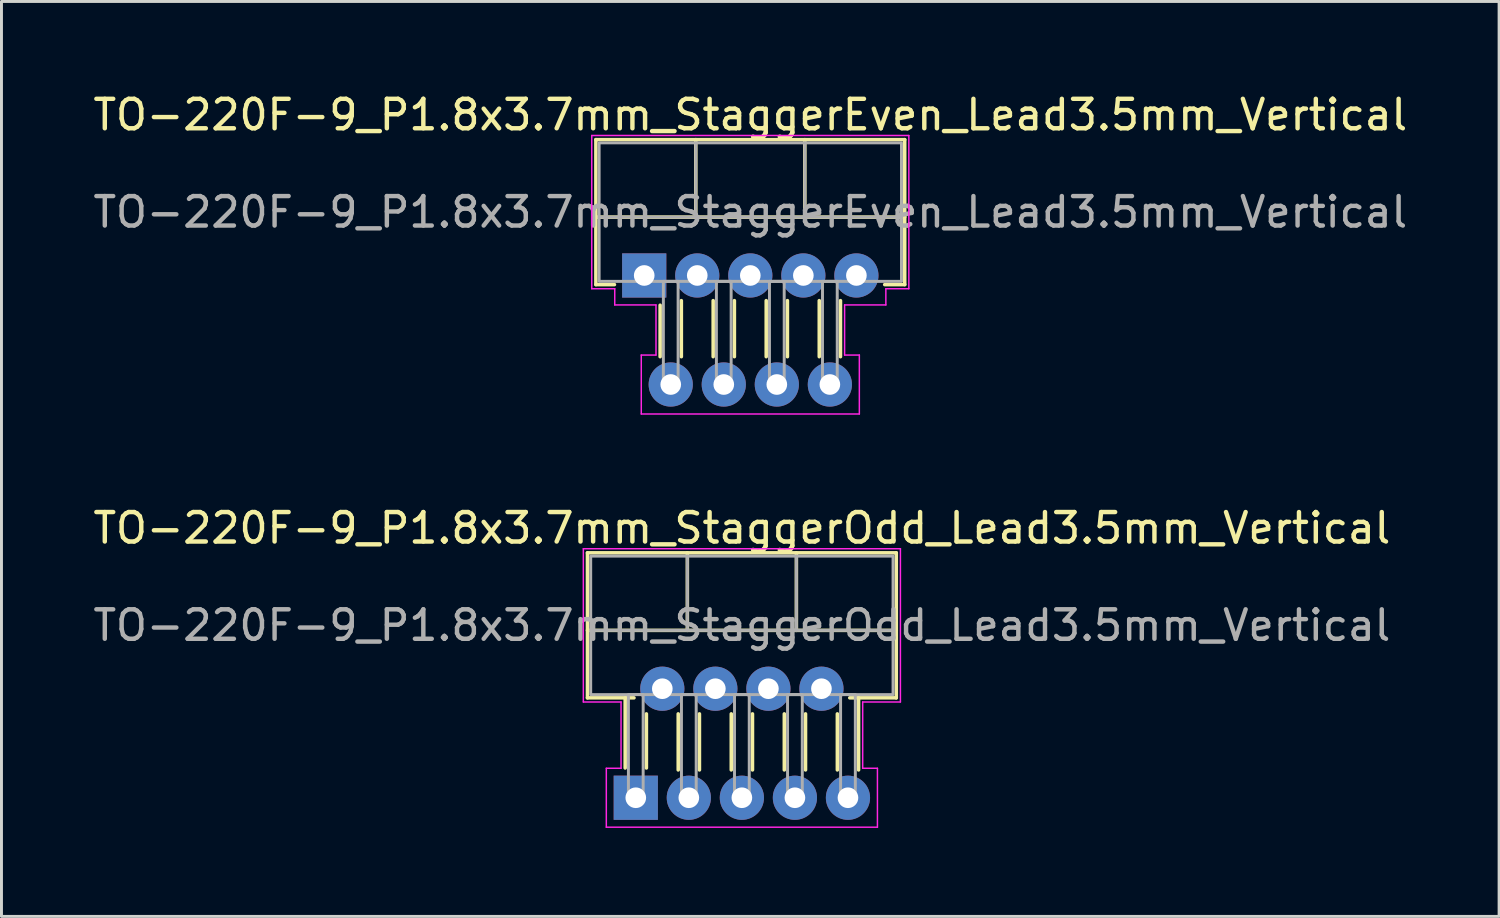
<source format=kicad_pcb>
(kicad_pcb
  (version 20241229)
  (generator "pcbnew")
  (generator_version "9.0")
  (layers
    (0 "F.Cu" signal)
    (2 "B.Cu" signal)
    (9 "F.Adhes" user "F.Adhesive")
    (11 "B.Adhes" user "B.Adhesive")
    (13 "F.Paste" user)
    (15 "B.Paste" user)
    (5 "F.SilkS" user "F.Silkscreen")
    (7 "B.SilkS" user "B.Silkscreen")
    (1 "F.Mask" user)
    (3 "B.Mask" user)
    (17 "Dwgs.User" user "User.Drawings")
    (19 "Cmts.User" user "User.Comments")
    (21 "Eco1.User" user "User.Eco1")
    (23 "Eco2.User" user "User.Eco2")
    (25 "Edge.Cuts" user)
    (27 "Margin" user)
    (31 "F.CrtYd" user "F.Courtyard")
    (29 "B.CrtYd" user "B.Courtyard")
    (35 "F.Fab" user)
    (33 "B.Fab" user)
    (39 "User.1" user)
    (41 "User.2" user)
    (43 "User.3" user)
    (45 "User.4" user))
  (footprint "TO-220F-9_P1.8x3.7mm_StaggerEven_Lead3.5mm_Vertical"
    (layer "F.Cu")
    (at 18.811 6.298)
    (property "Reference" "TO-220F-9_P1.8x3.7mm_StaggerEven_Lead3.5mm_Vertical" (at 3.6 -5.45 0) (layer "F.SilkS") (effects (font (size 1 1) (thickness 0.15))))
    (attr through_hole)
    (fp_line (start -1.64 -4.61) (end -1.64 0.31) (stroke (width 0.12) (type solid)) (layer "F.SilkS"))
    (fp_line (start -1.64 -4.61) (end 8.84 -4.61) (stroke (width 0.12) (type solid)) (layer "F.SilkS"))
    (fp_line (start -1.64 -1.98) (end 8.84 -1.98) (stroke (width 0.12) (type solid)) (layer "F.SilkS"))
    (fp_line (start -1.64 0.31) (end -1.01 0.31) (stroke (width 0.12) (type solid)) (layer "F.SilkS"))
    (fp_line (start 0.54 1.01) (end 0.54 2.756) (stroke (width 0.12) (type solid)) (layer "F.SilkS"))
    (fp_line (start 1.26 0.854) (end 1.26 2.756) (stroke (width 0.12) (type solid)) (layer "F.SilkS"))
    (fp_line (start 1.75 -4.61) (end 1.75 -1.98) (stroke (width 0.12) (type solid)) (layer "F.SilkS"))
    (fp_line (start 2.34 0.854) (end 2.34 2.756) (stroke (width 0.12) (type solid)) (layer "F.SilkS"))
    (fp_line (start 3.06 0.854) (end 3.06 2.756) (stroke (width 0.12) (type solid)) (layer "F.SilkS"))
    (fp_line (start 4.14 0.854) (end 4.14 2.756) (stroke (width 0.12) (type solid)) (layer "F.SilkS"))
    (fp_line (start 4.86 0.854) (end 4.86 2.756) (stroke (width 0.12) (type solid)) (layer "F.SilkS"))
    (fp_line (start 5.45 -4.61) (end 5.45 -1.98) (stroke (width 0.12) (type solid)) (layer "F.SilkS"))
    (fp_line (start 5.94 0.854) (end 5.94 2.756) (stroke (width 0.12) (type solid)) (layer "F.SilkS"))
    (fp_line (start 6.66 0.854) (end 6.66 2.756) (stroke (width 0.12) (type solid)) (layer "F.SilkS"))
    (fp_line (start 8.161 0.31) (end 8.84 0.31) (stroke (width 0.12) (type solid)) (layer "F.SilkS"))
    (fp_line (start 8.84 -4.61) (end 8.84 0.31) (stroke (width 0.12) (type solid)) (layer "F.SilkS"))
    (fp_line (start -1.78 -4.75) (end 8.98 -4.75) (stroke (width 0.05) (type solid)) (layer "F.CrtYd"))
    (fp_line (start -1.78 0.45) (end -1.78 -4.75) (stroke (width 0.05) (type solid)) (layer "F.CrtYd"))
    (fp_line (start -1 0.45) (end -1.78 0.45) (stroke (width 0.05) (type solid)) (layer "F.CrtYd"))
    (fp_line (start -1 1) (end -1 0.45) (stroke (width 0.05) (type solid)) (layer "F.CrtYd"))
    (fp_line (start -0.1 2.7) (end 0.4 2.7) (stroke (width 0.05) (type solid)) (layer "F.CrtYd"))
    (fp_line (start -0.1 4.7) (end -0.1 2.7) (stroke (width 0.05) (type solid)) (layer "F.CrtYd"))
    (fp_line (start 0.4 1) (end -1 1) (stroke (width 0.05) (type solid)) (layer "F.CrtYd"))
    (fp_line (start 0.4 2.7) (end 0.4 1) (stroke (width 0.05) (type solid)) (layer "F.CrtYd"))
    (fp_line (start 6.8 1) (end 6.8 2.7) (stroke (width 0.05) (type solid)) (layer "F.CrtYd"))
    (fp_line (start 6.8 2.7) (end 7.3 2.7) (stroke (width 0.05) (type solid)) (layer "F.CrtYd"))
    (fp_line (start 7.3 2.7) (end 7.3 4.7) (stroke (width 0.05) (type solid)) (layer "F.CrtYd"))
    (fp_line (start 7.3 4.7) (end -0.1 4.7) (stroke (width 0.05) (type solid)) (layer "F.CrtYd"))
    (fp_line (start 8.2 0.45) (end 8.2 1) (stroke (width 0.05) (type solid)) (layer "F.CrtYd"))
    (fp_line (start 8.2 1) (end 6.8 1) (stroke (width 0.05) (type solid)) (layer "F.CrtYd"))
    (fp_line (start 8.98 -4.75) (end 8.98 0.45) (stroke (width 0.05) (type solid)) (layer "F.CrtYd"))
    (fp_line (start 8.98 0.45) (end 8.2 0.45) (stroke (width 0.05) (type solid)) (layer "F.CrtYd"))
    (fp_line (start -1.53 -1.98) (end 8.73 -1.98) (stroke (width 0.1) (type solid)) (layer "F.Fab"))
    (fp_line (start 1.75 -4.5) (end 1.75 -1.98) (stroke (width 0.1) (type solid)) (layer "F.Fab"))
    (fp_line (start 5.45 -4.5) (end 5.45 -1.98) (stroke (width 0.1) (type solid)) (layer "F.Fab"))
    (fp_rect (start -1.53 -4.5) (end 8.73 0.2) (stroke (width 0.1) (type solid)) (fill no) (layer "F.Fab"))
    (fp_rect (start 0.65 0.2) (end 1.15 3.7) (stroke (width 0.1) (type solid)) (fill no) (layer "F.Fab"))
    (fp_rect (start 2.45 0.2) (end 2.95 3.7) (stroke (width 0.1) (type solid)) (fill no) (layer "F.Fab"))
    (fp_rect (start 4.25 0.2) (end 4.75 3.7) (stroke (width 0.1) (type solid)) (fill no) (layer "F.Fab"))
    (fp_rect (start 6.05 0.2) (end 6.55 3.7) (stroke (width 0.1) (type solid)) (fill no) (layer "F.Fab"))
    (fp_text user "${REFERENCE}" (at 3.6 -2.15 0) (layer "F.Fab") (effects (font (size 1 1) (thickness 0.15))))
    (pad "1" thru_hole rect (at 0 0) (size 1.5 1.5) (drill 0.7) (layers "*.Cu" "*.Mask"))
    (pad "2" thru_hole circle (at 0.9 3.7) (size 1.5 1.5) (drill 0.7) (layers "*.Cu" "*.Mask"))
    (pad "3" thru_hole circle (at 1.8 0) (size 1.5 1.5) (drill 0.7) (layers "*.Cu" "*.Mask"))
    (pad "4" thru_hole circle (at 2.7 3.7) (size 1.5 1.5) (drill 0.7) (layers "*.Cu" "*.Mask"))
    (pad "5" thru_hole circle (at 3.6 0) (size 1.5 1.5) (drill 0.7) (layers "*.Cu" "*.Mask"))
    (pad "6" thru_hole circle (at 4.5 3.7) (size 1.5 1.5) (drill 0.7) (layers "*.Cu" "*.Mask"))
    (pad "7" thru_hole circle (at 5.4 0) (size 1.5 1.5) (drill 0.7) (layers "*.Cu" "*.Mask"))
    (pad "8" thru_hole circle (at 6.3 3.7) (size 1.5 1.5) (drill 0.7) (layers "*.Cu" "*.Mask"))
    (pad "9" thru_hole circle (at 7.2 0) (size 1.5 1.5) (drill 0.7) (layers "*.Cu" "*.Mask")))
  (footprint "TO-220F-9_P1.8x3.7mm_StaggerOdd_Lead3.5mm_Vertical"
    (layer "F.Cu")
    (at 18.525 24.021)
    (property "Reference" "TO-220F-9_P1.8x3.7mm_StaggerOdd_Lead3.5mm_Vertical" (at 3.6 -9.15 0) (layer "F.SilkS") (effects (font (size 1 1) (thickness 0.15))))
    (attr through_hole)
    (fp_line (start -1.64 -8.31) (end -1.64 -3.39) (stroke (width 0.12) (type solid)) (layer "F.SilkS"))
    (fp_line (start -1.64 -8.31) (end 8.84 -8.31) (stroke (width 0.12) (type solid)) (layer "F.SilkS"))
    (fp_line (start -1.64 -5.68) (end 8.84 -5.68) (stroke (width 0.12) (type solid)) (layer "F.SilkS"))
    (fp_line (start -1.64 -3.39) (end -0.061 -3.39) (stroke (width 0.12) (type solid)) (layer "F.SilkS"))
    (fp_line (start -0.36 -3.39) (end -0.36 -1.01) (stroke (width 0.12) (type solid)) (layer "F.SilkS"))
    (fp_line (start 0.36 -2.846) (end 0.36 -1.01) (stroke (width 0.12) (type solid)) (layer "F.SilkS"))
    (fp_line (start 1.44 -2.846) (end 1.44 -0.944) (stroke (width 0.12) (type solid)) (layer "F.SilkS"))
    (fp_line (start 1.75 -8.31) (end 1.75 -5.68) (stroke (width 0.12) (type solid)) (layer "F.SilkS"))
    (fp_line (start 2.16 -2.846) (end 2.16 -0.944) (stroke (width 0.12) (type solid)) (layer "F.SilkS"))
    (fp_line (start 3.24 -2.846) (end 3.24 -0.944) (stroke (width 0.12) (type solid)) (layer "F.SilkS"))
    (fp_line (start 3.96 -2.846) (end 3.96 -0.944) (stroke (width 0.12) (type solid)) (layer "F.SilkS"))
    (fp_line (start 5.04 -2.846) (end 5.04 -0.944) (stroke (width 0.12) (type solid)) (layer "F.SilkS"))
    (fp_line (start 5.45 -8.31) (end 5.45 -5.68) (stroke (width 0.12) (type solid)) (layer "F.SilkS"))
    (fp_line (start 5.76 -2.846) (end 5.76 -0.944) (stroke (width 0.12) (type solid)) (layer "F.SilkS"))
    (fp_line (start 6.84 -2.846) (end 6.84 -0.944) (stroke (width 0.12) (type solid)) (layer "F.SilkS"))
    (fp_line (start 7.261 -3.39) (end 8.84 -3.39) (stroke (width 0.12) (type solid)) (layer "F.SilkS"))
    (fp_line (start 7.56 -3.39) (end 7.56 -0.944) (stroke (width 0.12) (type solid)) (layer "F.SilkS"))
    (fp_line (start 8.84 -8.31) (end 8.84 -3.39) (stroke (width 0.12) (type solid)) (layer "F.SilkS"))
    (fp_line (start -1.78 -8.45) (end 8.98 -8.45) (stroke (width 0.05) (type solid)) (layer "F.CrtYd"))
    (fp_line (start -1.78 -3.25) (end -1.78 -8.45) (stroke (width 0.05) (type solid)) (layer "F.CrtYd"))
    (fp_line (start -1 -1) (end -0.5 -1) (stroke (width 0.05) (type solid)) (layer "F.CrtYd"))
    (fp_line (start -1 1) (end -1 -1) (stroke (width 0.05) (type solid)) (layer "F.CrtYd"))
    (fp_line (start -0.5 -3.25) (end -1.78 -3.25) (stroke (width 0.05) (type solid)) (layer "F.CrtYd"))
    (fp_line (start -0.5 -1) (end -0.5 -3.25) (stroke (width 0.05) (type solid)) (layer "F.CrtYd"))
    (fp_line (start 7.7 -3.25) (end 7.7 -1) (stroke (width 0.05) (type solid)) (layer "F.CrtYd"))
    (fp_line (start 7.7 -1) (end 8.2 -1) (stroke (width 0.05) (type solid)) (layer "F.CrtYd"))
    (fp_line (start 8.2 -1) (end 8.2 1) (stroke (width 0.05) (type solid)) (layer "F.CrtYd"))
    (fp_line (start 8.2 1) (end -1 1) (stroke (width 0.05) (type solid)) (layer "F.CrtYd"))
    (fp_line (start 8.98 -8.45) (end 8.98 -3.25) (stroke (width 0.05) (type solid)) (layer "F.CrtYd"))
    (fp_line (start 8.98 -3.25) (end 7.7 -3.25) (stroke (width 0.05) (type solid)) (layer "F.CrtYd"))
    (fp_line (start -1.53 -5.68) (end 8.73 -5.68) (stroke (width 0.1) (type solid)) (layer "F.Fab"))
    (fp_line (start 1.75 -8.2) (end 1.75 -5.68) (stroke (width 0.1) (type solid)) (layer "F.Fab"))
    (fp_line (start 5.45 -8.2) (end 5.45 -5.68) (stroke (width 0.1) (type solid)) (layer "F.Fab"))
    (fp_rect (start -1.53 -8.2) (end 8.73 -3.5) (stroke (width 0.1) (type solid)) (fill no) (layer "F.Fab"))
    (fp_rect (start -0.25 -3.5) (end 0.25 0) (stroke (width 0.1) (type solid)) (fill no) (layer "F.Fab"))
    (fp_rect (start 1.55 -3.5) (end 2.05 0) (stroke (width 0.1) (type solid)) (fill no) (layer "F.Fab"))
    (fp_rect (start 3.35 -3.5) (end 3.85 0) (stroke (width 0.1) (type solid)) (fill no) (layer "F.Fab"))
    (fp_rect (start 5.15 -3.5) (end 5.65 0) (stroke (width 0.1) (type solid)) (fill no) (layer "F.Fab"))
    (fp_rect (start 6.95 -3.5) (end 7.45 0) (stroke (width 0.1) (type solid)) (fill no) (layer "F.Fab"))
    (fp_text user "${REFERENCE}" (at 3.6 -5.85 0) (layer "F.Fab") (effects (font (size 1 1) (thickness 0.15))))
    (pad "1" thru_hole rect (at 0 0) (size 1.5 1.5) (drill 0.7) (layers "*.Cu" "*.Mask"))
    (pad "2" thru_hole circle (at 0.9 -3.7) (size 1.5 1.5) (drill 0.7) (layers "*.Cu" "*.Mask"))
    (pad "3" thru_hole circle (at 1.8 0) (size 1.5 1.5) (drill 0.7) (layers "*.Cu" "*.Mask"))
    (pad "4" thru_hole circle (at 2.7 -3.7) (size 1.5 1.5) (drill 0.7) (layers "*.Cu" "*.Mask"))
    (pad "5" thru_hole circle (at 3.6 0) (size 1.5 1.5) (drill 0.7) (layers "*.Cu" "*.Mask"))
    (pad "6" thru_hole circle (at 4.5 -3.7) (size 1.5 1.5) (drill 0.7) (layers "*.Cu" "*.Mask"))
    (pad "7" thru_hole circle (at 5.4 0) (size 1.5 1.5) (drill 0.7) (layers "*.Cu" "*.Mask"))
    (pad "8" thru_hole circle (at 6.3 -3.7) (size 1.5 1.5) (drill 0.7) (layers "*.Cu" "*.Mask"))
    (pad "9" thru_hole circle (at 7.2 0) (size 1.5 1.5) (drill 0.7) (layers "*.Cu" "*.Mask")))
  (gr_rect
    (start -3 -3)
    (end 47.821 28.047)
    (stroke (width 0.1) (type default))
    (fill no)
    (layer "Edge.Cuts")))
</source>
